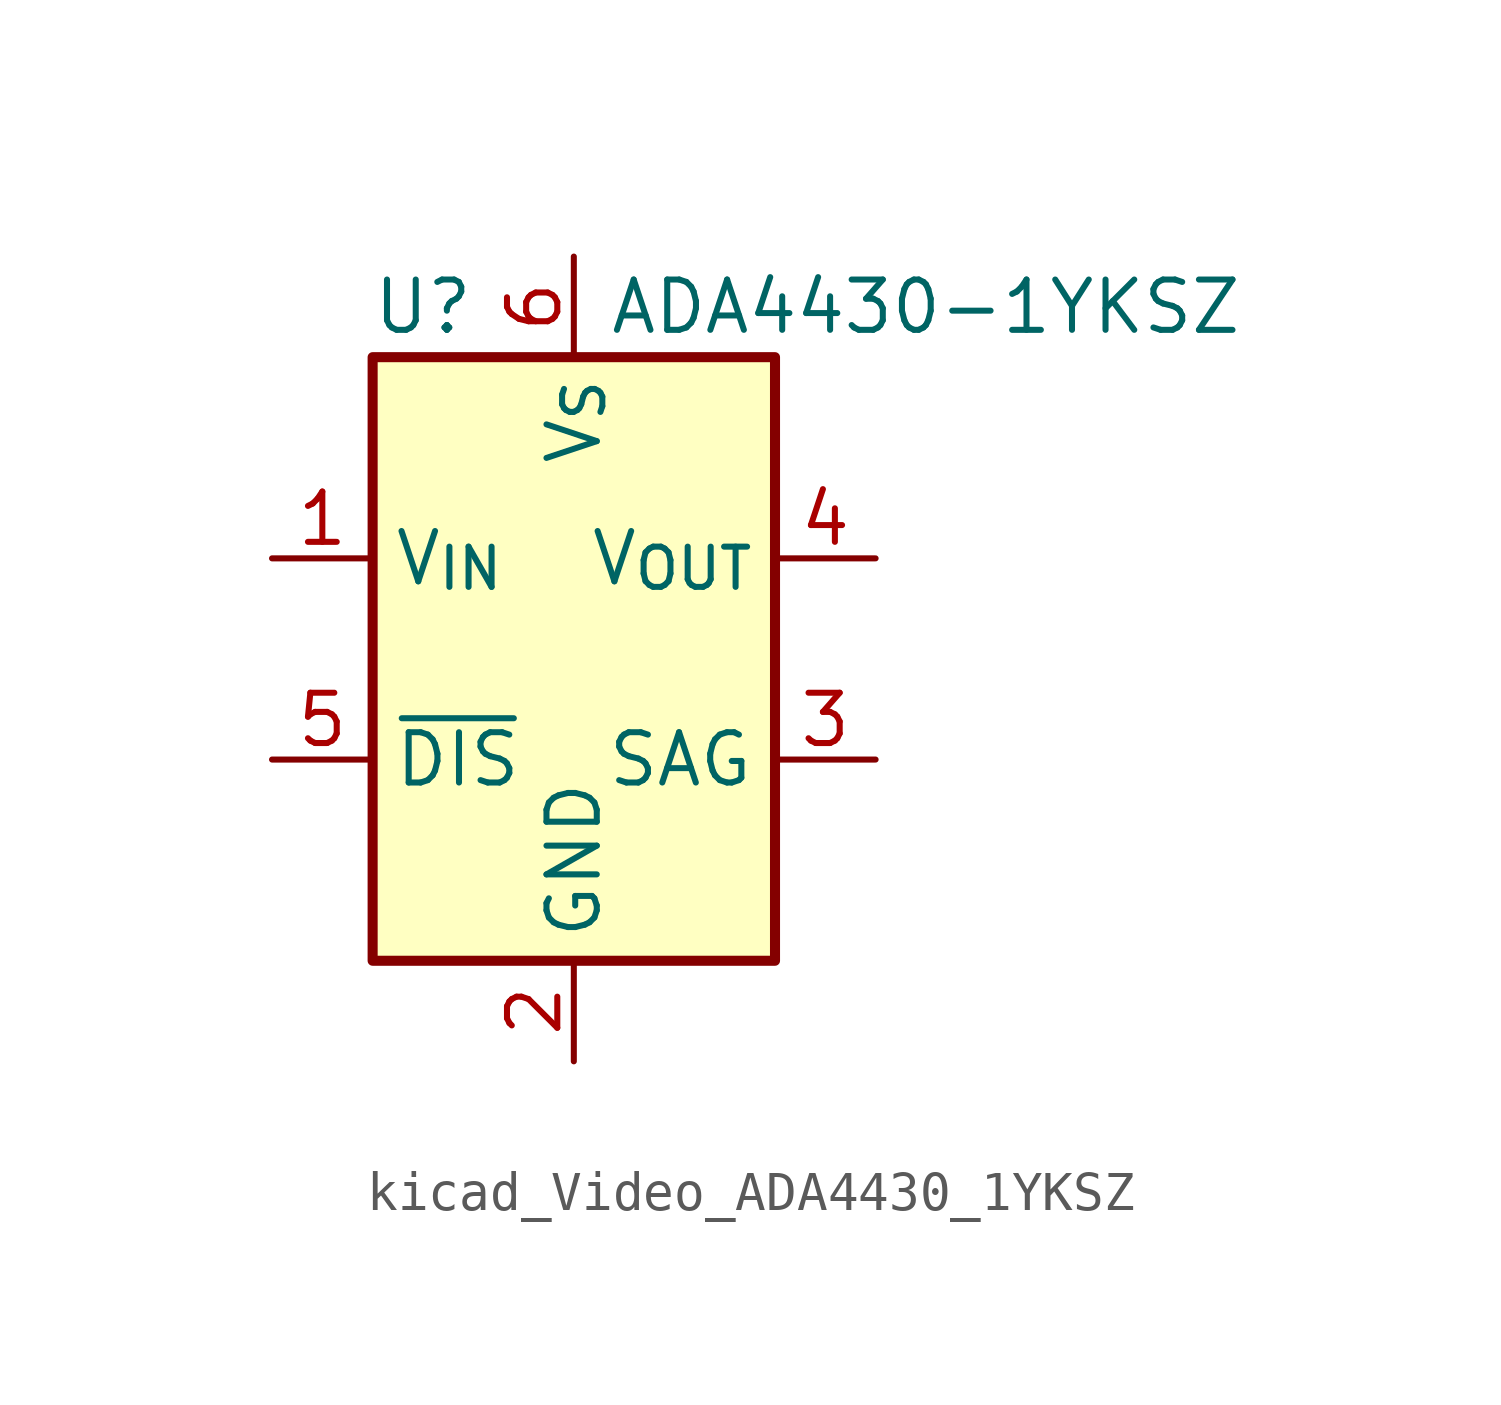
<source format=kicad_sym>
(kicad_symbol_lib
  (version 20220914)
  (generator kicad_symbol_editor)
  (symbol "kicad_Video_ADA4430_1YKSZ"
    (property "Reference" "U"
      (at -3.81 8.89 0)
      (effects (font (size 1.27 1.27))))
    (property "Value" "ADA4430-1YKSZ"
      (at 8.89 8.89 0)
      (effects (font (size 1.27 1.27))))
    (symbol "kicad_Video_ADA4430_1YKSZ_0_1"
      (rectangle (start -5.08 7.62) (end 5.08 -7.62) (stroke (width 0.254) (type default)) (fill (type background))))
    (symbol "kicad_Video_ADA4430_1YKSZ_1_1"
      (pin input line (at -7.62 2.54 0) (length 2.54) (name "V_{IN}" (effects (font (size 1.27 1.27)))) (number "1" (effects (font (size 1.27 1.27)))))
      (pin power_in line (at 0 -10.16 90) (length 2.54) (name "GND" (effects (font (size 1.27 1.27)))) (number "2" (effects (font (size 1.27 1.27)))))
      (pin input line (at 7.62 -2.54 180) (length 2.54) (name "SAG" (effects (font (size 1.27 1.27)))) (number "3" (effects (font (size 1.27 1.27)))))
      (pin output line (at 7.62 2.54 180) (length 2.54) (name "V_{OUT}" (effects (font (size 1.27 1.27)))) (number "4" (effects (font (size 1.27 1.27)))))
      (pin input line (at -7.62 -2.54 0) (length 2.54) (name "~{DIS}" (effects (font (size 1.27 1.27)))) (number "5" (effects (font (size 1.27 1.27)))))
      (pin power_in line (at 0 10.16 270) (length 2.54) (name "V_{S}" (effects (font (size 1.27 1.27)))) (number "6" (effects (font (size 1.27 1.27))))))))
</source>
